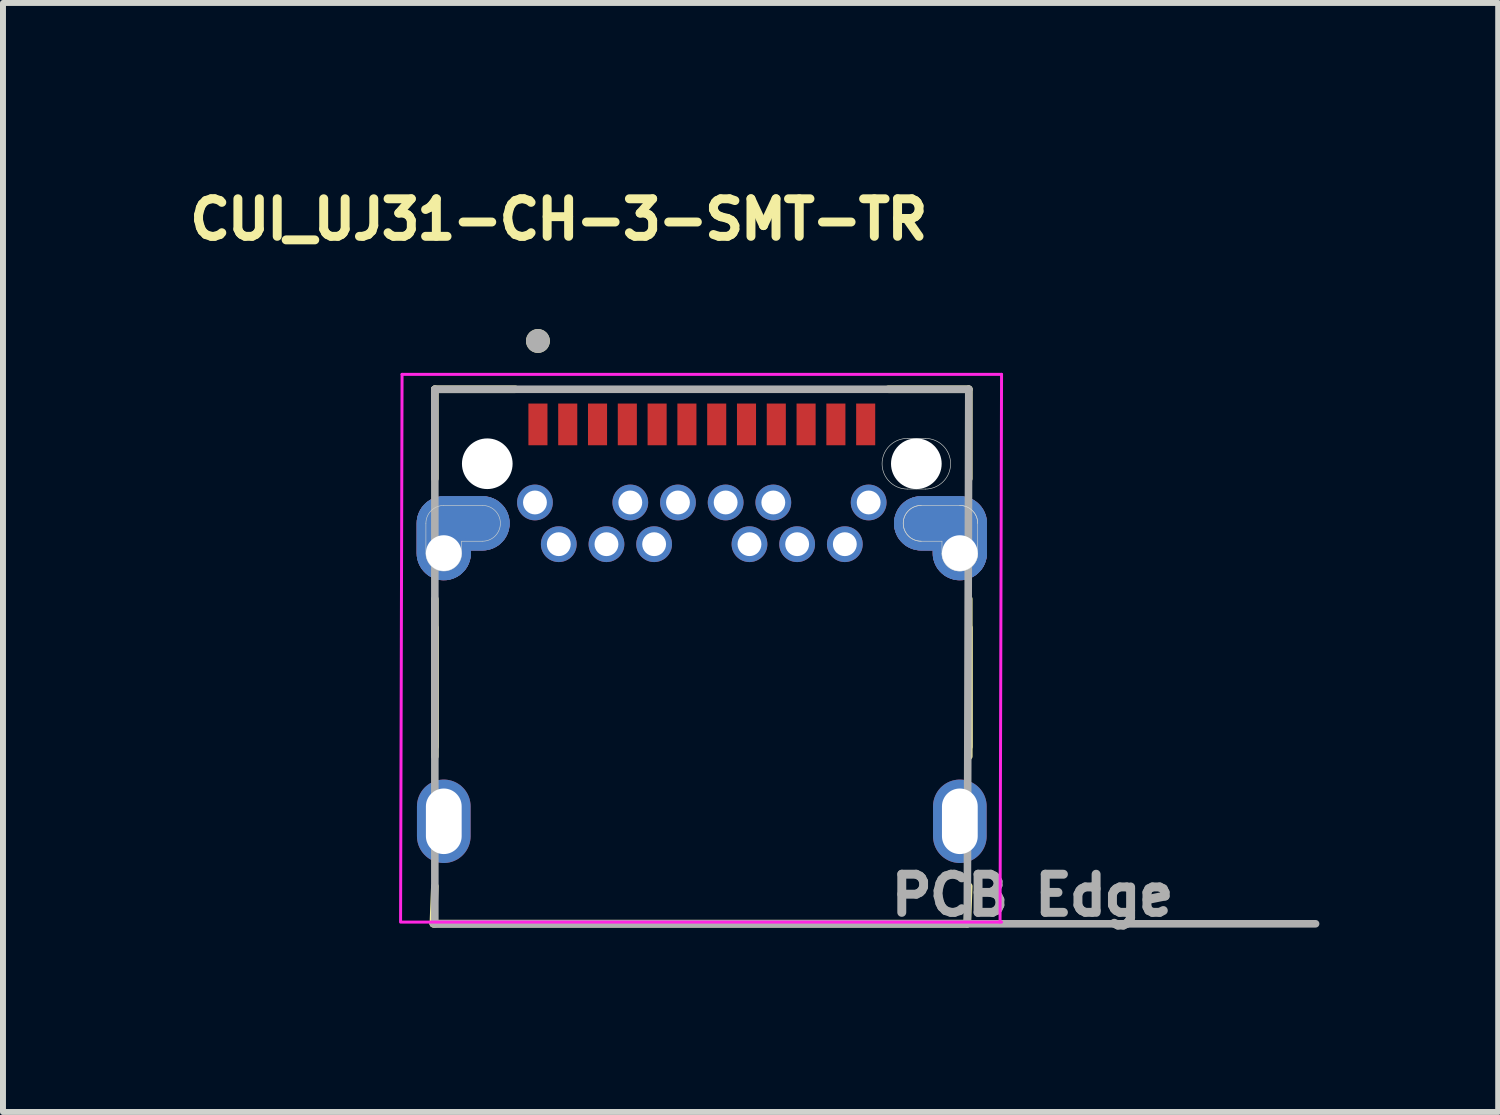
<source format=kicad_pcb>
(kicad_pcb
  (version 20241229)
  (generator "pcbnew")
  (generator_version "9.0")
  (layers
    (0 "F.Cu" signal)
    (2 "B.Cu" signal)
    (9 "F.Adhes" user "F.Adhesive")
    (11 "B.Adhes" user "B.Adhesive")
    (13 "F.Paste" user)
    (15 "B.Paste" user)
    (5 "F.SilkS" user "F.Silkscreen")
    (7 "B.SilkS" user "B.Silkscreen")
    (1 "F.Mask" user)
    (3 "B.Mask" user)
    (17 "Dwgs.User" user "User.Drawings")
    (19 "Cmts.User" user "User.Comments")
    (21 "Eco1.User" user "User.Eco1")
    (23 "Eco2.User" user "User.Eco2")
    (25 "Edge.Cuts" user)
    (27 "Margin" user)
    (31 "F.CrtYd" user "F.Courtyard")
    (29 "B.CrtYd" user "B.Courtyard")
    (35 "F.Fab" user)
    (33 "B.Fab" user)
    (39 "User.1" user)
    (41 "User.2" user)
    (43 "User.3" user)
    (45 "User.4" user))
  (footprint "CUI_UJ31-CH-3-SMT-TR"
    (layer "F.Cu")
    (at 8.727 8.157)
    (property "Reference" "CUI_UJ31-CH-3-SMT-TR" (at -2.4 -7.525 0) (layer "F.SilkS") (effects (font (size 0.63 0.63) (thickness 0.15))))
    (attr through_hole)
    (fp_poly (pts (xy -3.68 -2.875) (xy -3.633 -2.873) (xy -3.586 -2.865) (xy -3.541 -2.853) (xy -3.497 -2.836) (xy -3.455 -2.815) (xy -3.415 -2.789) (xy -3.379 -2.759) (xy -3.346 -2.726) (xy -3.316 -2.69) (xy -3.29 -2.65) (xy -3.269 -2.608) (xy -3.252 -2.564) (xy -3.24 -2.519) (xy -3.232 -2.472) (xy -3.23 -2.425) (xy -3.232 -2.378) (xy -3.24 -2.331) (xy -3.252 -2.286) (xy -3.269 -2.242) (xy -3.29 -2.2) (xy -3.316 -2.16) (xy -3.346 -2.124) (xy -3.379 -2.091) (xy -3.415 -2.061) (xy -3.455 -2.035) (xy -3.497 -2.014) (xy -3.541 -1.997) (xy -3.586 -1.985) (xy -3.633 -1.977) (xy -3.68 -1.975) (xy -3.88 -1.975) (xy -3.88 -1.925) (xy -3.882 -1.878) (xy -3.89 -1.831) (xy -3.902 -1.786) (xy -3.919 -1.742) (xy -3.94 -1.7) (xy -3.966 -1.66) (xy -3.996 -1.624) (xy -4.029 -1.591) (xy -4.065 -1.561) (xy -4.105 -1.535) (xy -4.147 -1.514) (xy -4.191 -1.497) (xy -4.236 -1.485) (xy -4.283 -1.477) (xy -4.33 -1.475) (xy -4.377 -1.477) (xy -4.424 -1.485) (xy -4.469 -1.497) (xy -4.513 -1.514) (xy -4.555 -1.535) (xy -4.595 -1.561) (xy -4.631 -1.591) (xy -4.664 -1.624) (xy -4.694 -1.66) (xy -4.72 -1.7) (xy -4.741 -1.742) (xy -4.758 -1.786) (xy -4.77 -1.831) (xy -4.778 -1.878) (xy -4.78 -1.925) (xy -4.78 -2.425) (xy -4.779 -2.449) (xy -4.778 -2.472) (xy -4.774 -2.495) (xy -4.77 -2.519) (xy -4.765 -2.541) (xy -4.758 -2.564) (xy -4.75 -2.586) (xy -4.741 -2.608) (xy -4.731 -2.629) (xy -4.72 -2.65) (xy -4.707 -2.67) (xy -4.694 -2.69) (xy -4.68 -2.708) (xy -4.664 -2.726) (xy -4.648 -2.743) (xy -4.631 -2.759) (xy -4.613 -2.775) (xy -4.595 -2.789) (xy -4.575 -2.802) (xy -4.555 -2.815) (xy -4.534 -2.826) (xy -4.513 -2.836) (xy -4.491 -2.845) (xy -4.469 -2.853) (xy -4.446 -2.86) (xy -4.424 -2.865) (xy -4.4 -2.869) (xy -4.377 -2.873) (xy -4.354 -2.874) (xy -4.33 -2.875) (xy -3.68 -2.875)) (stroke (width 0.01) (type solid)) (fill yes) (layer "F.Cu"))
    (fp_poly (pts (xy -3.68 -2.875) (xy -3.633 -2.873) (xy -3.586 -2.865) (xy -3.541 -2.853) (xy -3.497 -2.836) (xy -3.455 -2.815) (xy -3.415 -2.789) (xy -3.379 -2.759) (xy -3.346 -2.726) (xy -3.316 -2.69) (xy -3.29 -2.65) (xy -3.269 -2.608) (xy -3.252 -2.564) (xy -3.24 -2.519) (xy -3.232 -2.472) (xy -3.23 -2.425) (xy -3.232 -2.378) (xy -3.24 -2.331) (xy -3.252 -2.286) (xy -3.269 -2.242) (xy -3.29 -2.2) (xy -3.316 -2.16) (xy -3.346 -2.124) (xy -3.379 -2.091) (xy -3.415 -2.061) (xy -3.455 -2.035) (xy -3.497 -2.014) (xy -3.541 -1.997) (xy -3.586 -1.985) (xy -3.633 -1.977) (xy -3.68 -1.975) (xy -3.88 -1.975) (xy -3.88 -1.925) (xy -3.882 -1.878) (xy -3.89 -1.831) (xy -3.902 -1.786) (xy -3.919 -1.742) (xy -3.94 -1.7) (xy -3.966 -1.66) (xy -3.996 -1.624) (xy -4.029 -1.591) (xy -4.065 -1.561) (xy -4.105 -1.535) (xy -4.147 -1.514) (xy -4.191 -1.497) (xy -4.236 -1.485) (xy -4.283 -1.477) (xy -4.33 -1.475) (xy -4.377 -1.477) (xy -4.424 -1.485) (xy -4.469 -1.497) (xy -4.513 -1.514) (xy -4.555 -1.535) (xy -4.595 -1.561) (xy -4.631 -1.591) (xy -4.664 -1.624) (xy -4.694 -1.66) (xy -4.72 -1.7) (xy -4.741 -1.742) (xy -4.758 -1.786) (xy -4.77 -1.831) (xy -4.778 -1.878) (xy -4.78 -1.925) (xy -4.78 -2.425) (xy -4.779 -2.449) (xy -4.778 -2.472) (xy -4.774 -2.495) (xy -4.77 -2.519) (xy -4.765 -2.541) (xy -4.758 -2.564) (xy -4.75 -2.586) (xy -4.741 -2.608) (xy -4.731 -2.629) (xy -4.72 -2.65) (xy -4.707 -2.67) (xy -4.694 -2.69) (xy -4.68 -2.708) (xy -4.664 -2.726) (xy -4.648 -2.743) (xy -4.631 -2.759) (xy -4.613 -2.775) (xy -4.595 -2.789) (xy -4.575 -2.802) (xy -4.555 -2.815) (xy -4.534 -2.826) (xy -4.513 -2.836) (xy -4.491 -2.845) (xy -4.469 -2.853) (xy -4.446 -2.86) (xy -4.424 -2.865) (xy -4.4 -2.869) (xy -4.377 -2.873) (xy -4.354 -2.874) (xy -4.33 -2.875) (xy -3.68 -2.875)) (stroke (width 0.01) (type solid)) (fill yes) (layer "F.Cu"))
    (fp_poly (pts (xy 3.68 -2.875) (xy 3.633 -2.873) (xy 3.586 -2.865) (xy 3.541 -2.853) (xy 3.497 -2.836) (xy 3.455 -2.815) (xy 3.415 -2.789) (xy 3.379 -2.759) (xy 3.346 -2.726) (xy 3.316 -2.69) (xy 3.29 -2.65) (xy 3.269 -2.608) (xy 3.252 -2.564) (xy 3.24 -2.519) (xy 3.232 -2.472) (xy 3.23 -2.425) (xy 3.232 -2.378) (xy 3.24 -2.331) (xy 3.252 -2.286) (xy 3.269 -2.242) (xy 3.29 -2.2) (xy 3.316 -2.16) (xy 3.346 -2.124) (xy 3.379 -2.091) (xy 3.415 -2.061) (xy 3.455 -2.035) (xy 3.497 -2.014) (xy 3.541 -1.997) (xy 3.586 -1.985) (xy 3.633 -1.977) (xy 3.68 -1.975) (xy 3.88 -1.975) (xy 3.88 -1.925) (xy 3.882 -1.878) (xy 3.89 -1.831) (xy 3.902 -1.786) (xy 3.919 -1.742) (xy 3.94 -1.7) (xy 3.966 -1.66) (xy 3.996 -1.624) (xy 4.029 -1.591) (xy 4.065 -1.561) (xy 4.105 -1.535) (xy 4.147 -1.514) (xy 4.191 -1.497) (xy 4.236 -1.485) (xy 4.283 -1.477) (xy 4.33 -1.475) (xy 4.377 -1.477) (xy 4.424 -1.485) (xy 4.469 -1.497) (xy 4.513 -1.514) (xy 4.555 -1.535) (xy 4.595 -1.561) (xy 4.631 -1.591) (xy 4.664 -1.624) (xy 4.694 -1.66) (xy 4.72 -1.7) (xy 4.741 -1.742) (xy 4.758 -1.786) (xy 4.77 -1.831) (xy 4.778 -1.878) (xy 4.78 -1.925) (xy 4.78 -2.425) (xy 4.779 -2.449) (xy 4.778 -2.472) (xy 4.774 -2.495) (xy 4.77 -2.519) (xy 4.765 -2.541) (xy 4.758 -2.564) (xy 4.75 -2.586) (xy 4.741 -2.608) (xy 4.731 -2.629) (xy 4.72 -2.65) (xy 4.707 -2.67) (xy 4.694 -2.69) (xy 4.68 -2.708) (xy 4.664 -2.726) (xy 4.648 -2.743) (xy 4.631 -2.759) (xy 4.613 -2.775) (xy 4.595 -2.789) (xy 4.575 -2.802) (xy 4.555 -2.815) (xy 4.534 -2.826) (xy 4.513 -2.836) (xy 4.491 -2.845) (xy 4.469 -2.853) (xy 4.446 -2.86) (xy 4.424 -2.865) (xy 4.4 -2.869) (xy 4.377 -2.873) (xy 4.354 -2.874) (xy 4.33 -2.875) (xy 3.68 -2.875)) (stroke (width 0.01) (type solid)) (fill yes) (layer "F.Cu"))
    (fp_poly (pts (xy 3.68 -2.875) (xy 3.633 -2.873) (xy 3.586 -2.865) (xy 3.541 -2.853) (xy 3.497 -2.836) (xy 3.455 -2.815) (xy 3.415 -2.789) (xy 3.379 -2.759) (xy 3.346 -2.726) (xy 3.316 -2.69) (xy 3.29 -2.65) (xy 3.269 -2.608) (xy 3.252 -2.564) (xy 3.24 -2.519) (xy 3.232 -2.472) (xy 3.23 -2.425) (xy 3.232 -2.378) (xy 3.24 -2.331) (xy 3.252 -2.286) (xy 3.269 -2.242) (xy 3.29 -2.2) (xy 3.316 -2.16) (xy 3.346 -2.124) (xy 3.379 -2.091) (xy 3.415 -2.061) (xy 3.455 -2.035) (xy 3.497 -2.014) (xy 3.541 -1.997) (xy 3.586 -1.985) (xy 3.633 -1.977) (xy 3.68 -1.975) (xy 3.88 -1.975) (xy 3.88 -1.925) (xy 3.882 -1.878) (xy 3.89 -1.831) (xy 3.902 -1.786) (xy 3.919 -1.742) (xy 3.94 -1.7) (xy 3.966 -1.66) (xy 3.996 -1.624) (xy 4.029 -1.591) (xy 4.065 -1.561) (xy 4.105 -1.535) (xy 4.147 -1.514) (xy 4.191 -1.497) (xy 4.236 -1.485) (xy 4.283 -1.477) (xy 4.33 -1.475) (xy 4.377 -1.477) (xy 4.424 -1.485) (xy 4.469 -1.497) (xy 4.513 -1.514) (xy 4.555 -1.535) (xy 4.595 -1.561) (xy 4.631 -1.591) (xy 4.664 -1.624) (xy 4.694 -1.66) (xy 4.72 -1.7) (xy 4.741 -1.742) (xy 4.758 -1.786) (xy 4.77 -1.831) (xy 4.778 -1.878) (xy 4.78 -1.925) (xy 4.78 -2.425) (xy 4.779 -2.449) (xy 4.778 -2.472) (xy 4.774 -2.495) (xy 4.77 -2.519) (xy 4.765 -2.541) (xy 4.758 -2.564) (xy 4.75 -2.586) (xy 4.741 -2.608) (xy 4.731 -2.629) (xy 4.72 -2.65) (xy 4.707 -2.67) (xy 4.694 -2.69) (xy 4.68 -2.708) (xy 4.664 -2.726) (xy 4.648 -2.743) (xy 4.631 -2.759) (xy 4.613 -2.775) (xy 4.595 -2.789) (xy 4.575 -2.802) (xy 4.555 -2.815) (xy 4.534 -2.826) (xy 4.513 -2.836) (xy 4.491 -2.845) (xy 4.469 -2.853) (xy 4.446 -2.86) (xy 4.424 -2.865) (xy 4.4 -2.869) (xy 4.377 -2.873) (xy 4.354 -2.874) (xy 4.33 -2.875) (xy 3.68 -2.875)) (stroke (width 0.01) (type solid)) (fill yes) (layer "F.Cu"))
    (fp_poly (pts (xy -3.68 -2.975) (xy -3.623 -2.972) (xy -3.566 -2.963) (xy -3.51 -2.948) (xy -3.456 -2.927) (xy -3.405 -2.901) (xy -3.357 -2.87) (xy -3.312 -2.834) (xy -3.271 -2.793) (xy -3.235 -2.748) (xy -3.204 -2.7) (xy -3.178 -2.649) (xy -3.157 -2.595) (xy -3.142 -2.539) (xy -3.133 -2.482) (xy -3.13 -2.425) (xy -3.133 -2.368) (xy -3.142 -2.311) (xy -3.157 -2.255) (xy -3.178 -2.201) (xy -3.204 -2.15) (xy -3.235 -2.102) (xy -3.271 -2.057) (xy -3.312 -2.016) (xy -3.357 -1.98) (xy -3.405 -1.949) (xy -3.456 -1.923) (xy -3.51 -1.902) (xy -3.566 -1.887) (xy -3.623 -1.878) (xy -3.68 -1.875) (xy -3.78 -1.875) (xy -3.786 -1.814) (xy -3.798 -1.758) (xy -3.816 -1.703) (xy -3.839 -1.65) (xy -3.868 -1.6) (xy -3.902 -1.554) (xy -3.941 -1.511) (xy -3.984 -1.472) (xy -4.03 -1.438) (xy -4.08 -1.409) (xy -4.133 -1.386) (xy -4.188 -1.368) (xy -4.244 -1.356) (xy -4.301 -1.35) (xy -4.359 -1.35) (xy -4.416 -1.356) (xy -4.472 -1.368) (xy -4.527 -1.386) (xy -4.58 -1.409) (xy -4.63 -1.438) (xy -4.676 -1.472) (xy -4.719 -1.511) (xy -4.758 -1.554) (xy -4.792 -1.6) (xy -4.821 -1.65) (xy -4.844 -1.703) (xy -4.862 -1.758) (xy -4.874 -1.814) (xy -4.88 -1.871) (xy -4.88 -1.925) (xy -4.88 -2.425) (xy -4.879 -2.454) (xy -4.877 -2.482) (xy -4.873 -2.511) (xy -4.868 -2.539) (xy -4.861 -2.567) (xy -4.853 -2.595) (xy -4.843 -2.622) (xy -4.832 -2.649) (xy -4.82 -2.675) (xy -4.806 -2.7) (xy -4.791 -2.725) (xy -4.775 -2.748) (xy -4.757 -2.771) (xy -4.739 -2.793) (xy -4.719 -2.814) (xy -4.698 -2.834) (xy -4.676 -2.852) (xy -4.653 -2.87) (xy -4.63 -2.886) (xy -4.605 -2.901) (xy -4.58 -2.915) (xy -4.554 -2.927) (xy -4.527 -2.938) (xy -4.5 -2.948) (xy -4.472 -2.956) (xy -4.444 -2.963) (xy -4.416 -2.968) (xy -4.387 -2.972) (xy -4.359 -2.974) (xy -4.33 -2.975) (xy -3.68 -2.975)) (stroke (width 0.01) (type solid)) (fill yes) (layer "F.Mask"))
    (fp_poly (pts (xy 3.68 -2.975) (xy 3.623 -2.972) (xy 3.566 -2.963) (xy 3.51 -2.948) (xy 3.456 -2.927) (xy 3.405 -2.901) (xy 3.357 -2.87) (xy 3.312 -2.834) (xy 3.271 -2.793) (xy 3.235 -2.748) (xy 3.204 -2.7) (xy 3.178 -2.649) (xy 3.157 -2.595) (xy 3.142 -2.539) (xy 3.133 -2.482) (xy 3.13 -2.425) (xy 3.133 -2.368) (xy 3.142 -2.311) (xy 3.157 -2.255) (xy 3.178 -2.201) (xy 3.204 -2.15) (xy 3.235 -2.102) (xy 3.271 -2.057) (xy 3.312 -2.016) (xy 3.357 -1.98) (xy 3.405 -1.949) (xy 3.456 -1.923) (xy 3.51 -1.902) (xy 3.566 -1.887) (xy 3.623 -1.878) (xy 3.68 -1.875) (xy 3.78 -1.875) (xy 3.786 -1.814) (xy 3.798 -1.758) (xy 3.816 -1.703) (xy 3.839 -1.65) (xy 3.868 -1.6) (xy 3.902 -1.554) (xy 3.941 -1.511) (xy 3.984 -1.472) (xy 4.03 -1.438) (xy 4.08 -1.409) (xy 4.133 -1.386) (xy 4.188 -1.368) (xy 4.244 -1.356) (xy 4.301 -1.35) (xy 4.359 -1.35) (xy 4.416 -1.356) (xy 4.472 -1.368) (xy 4.527 -1.386) (xy 4.58 -1.409) (xy 4.63 -1.438) (xy 4.676 -1.472) (xy 4.719 -1.511) (xy 4.758 -1.554) (xy 4.792 -1.6) (xy 4.821 -1.65) (xy 4.844 -1.703) (xy 4.862 -1.758) (xy 4.874 -1.814) (xy 4.88 -1.871) (xy 4.88 -1.925) (xy 4.88 -2.425) (xy 4.879 -2.454) (xy 4.877 -2.482) (xy 4.873 -2.511) (xy 4.868 -2.539) (xy 4.861 -2.567) (xy 4.853 -2.595) (xy 4.843 -2.622) (xy 4.832 -2.649) (xy 4.82 -2.675) (xy 4.806 -2.7) (xy 4.791 -2.725) (xy 4.775 -2.748) (xy 4.757 -2.771) (xy 4.739 -2.793) (xy 4.719 -2.814) (xy 4.698 -2.834) (xy 4.676 -2.852) (xy 4.653 -2.87) (xy 4.63 -2.886) (xy 4.605 -2.901) (xy 4.58 -2.915) (xy 4.554 -2.927) (xy 4.527 -2.938) (xy 4.5 -2.948) (xy 4.472 -2.956) (xy 4.444 -2.963) (xy 4.416 -2.968) (xy 4.387 -2.972) (xy 4.359 -2.974) (xy 4.33 -2.975) (xy 3.68 -2.975)) (stroke (width 0.01) (type solid)) (fill yes) (layer "F.Mask"))
    (fp_poly (pts (xy -3.68 -2.875) (xy -3.633 -2.873) (xy -3.586 -2.865) (xy -3.541 -2.853) (xy -3.497 -2.836) (xy -3.455 -2.815) (xy -3.415 -2.789) (xy -3.379 -2.759) (xy -3.346 -2.726) (xy -3.316 -2.69) (xy -3.29 -2.65) (xy -3.269 -2.608) (xy -3.252 -2.564) (xy -3.24 -2.519) (xy -3.232 -2.472) (xy -3.23 -2.425) (xy -3.232 -2.378) (xy -3.24 -2.331) (xy -3.252 -2.286) (xy -3.269 -2.242) (xy -3.29 -2.2) (xy -3.316 -2.16) (xy -3.346 -2.124) (xy -3.379 -2.091) (xy -3.415 -2.061) (xy -3.455 -2.035) (xy -3.497 -2.014) (xy -3.541 -1.997) (xy -3.586 -1.985) (xy -3.633 -1.977) (xy -3.68 -1.975) (xy -3.88 -1.975) (xy -3.88 -1.925) (xy -3.882 -1.878) (xy -3.89 -1.831) (xy -3.902 -1.786) (xy -3.919 -1.742) (xy -3.94 -1.7) (xy -3.966 -1.66) (xy -3.996 -1.624) (xy -4.029 -1.591) (xy -4.065 -1.561) (xy -4.105 -1.535) (xy -4.147 -1.514) (xy -4.191 -1.497) (xy -4.236 -1.485) (xy -4.283 -1.477) (xy -4.33 -1.475) (xy -4.377 -1.477) (xy -4.424 -1.485) (xy -4.469 -1.497) (xy -4.513 -1.514) (xy -4.555 -1.535) (xy -4.595 -1.561) (xy -4.631 -1.591) (xy -4.664 -1.624) (xy -4.694 -1.66) (xy -4.72 -1.7) (xy -4.741 -1.742) (xy -4.758 -1.786) (xy -4.77 -1.831) (xy -4.778 -1.878) (xy -4.78 -1.925) (xy -4.78 -2.425) (xy -4.779 -2.449) (xy -4.778 -2.472) (xy -4.774 -2.495) (xy -4.77 -2.519) (xy -4.765 -2.541) (xy -4.758 -2.564) (xy -4.75 -2.586) (xy -4.741 -2.608) (xy -4.731 -2.629) (xy -4.72 -2.65) (xy -4.707 -2.67) (xy -4.694 -2.69) (xy -4.68 -2.708) (xy -4.664 -2.726) (xy -4.648 -2.743) (xy -4.631 -2.759) (xy -4.613 -2.775) (xy -4.595 -2.789) (xy -4.575 -2.802) (xy -4.555 -2.815) (xy -4.534 -2.826) (xy -4.513 -2.836) (xy -4.491 -2.845) (xy -4.469 -2.853) (xy -4.446 -2.86) (xy -4.424 -2.865) (xy -4.4 -2.869) (xy -4.377 -2.873) (xy -4.354 -2.874) (xy -4.33 -2.875) (xy -3.68 -2.875)) (stroke (width 0.01) (type solid)) (fill yes) (layer "B.Cu"))
    (fp_poly (pts (xy -3.68 -2.875) (xy -3.633 -2.873) (xy -3.586 -2.865) (xy -3.541 -2.853) (xy -3.497 -2.836) (xy -3.455 -2.815) (xy -3.415 -2.789) (xy -3.379 -2.759) (xy -3.346 -2.726) (xy -3.316 -2.69) (xy -3.29 -2.65) (xy -3.269 -2.608) (xy -3.252 -2.564) (xy -3.24 -2.519) (xy -3.232 -2.472) (xy -3.23 -2.425) (xy -3.232 -2.378) (xy -3.24 -2.331) (xy -3.252 -2.286) (xy -3.269 -2.242) (xy -3.29 -2.2) (xy -3.316 -2.16) (xy -3.346 -2.124) (xy -3.379 -2.091) (xy -3.415 -2.061) (xy -3.455 -2.035) (xy -3.497 -2.014) (xy -3.541 -1.997) (xy -3.586 -1.985) (xy -3.633 -1.977) (xy -3.68 -1.975) (xy -3.88 -1.975) (xy -3.88 -1.925) (xy -3.882 -1.878) (xy -3.89 -1.831) (xy -3.902 -1.786) (xy -3.919 -1.742) (xy -3.94 -1.7) (xy -3.966 -1.66) (xy -3.996 -1.624) (xy -4.029 -1.591) (xy -4.065 -1.561) (xy -4.105 -1.535) (xy -4.147 -1.514) (xy -4.191 -1.497) (xy -4.236 -1.485) (xy -4.283 -1.477) (xy -4.33 -1.475) (xy -4.377 -1.477) (xy -4.424 -1.485) (xy -4.469 -1.497) (xy -4.513 -1.514) (xy -4.555 -1.535) (xy -4.595 -1.561) (xy -4.631 -1.591) (xy -4.664 -1.624) (xy -4.694 -1.66) (xy -4.72 -1.7) (xy -4.741 -1.742) (xy -4.758 -1.786) (xy -4.77 -1.831) (xy -4.778 -1.878) (xy -4.78 -1.925) (xy -4.78 -2.425) (xy -4.779 -2.449) (xy -4.778 -2.472) (xy -4.774 -2.495) (xy -4.77 -2.519) (xy -4.765 -2.541) (xy -4.758 -2.564) (xy -4.75 -2.586) (xy -4.741 -2.608) (xy -4.731 -2.629) (xy -4.72 -2.65) (xy -4.707 -2.67) (xy -4.694 -2.69) (xy -4.68 -2.708) (xy -4.664 -2.726) (xy -4.648 -2.743) (xy -4.631 -2.759) (xy -4.613 -2.775) (xy -4.595 -2.789) (xy -4.575 -2.802) (xy -4.555 -2.815) (xy -4.534 -2.826) (xy -4.513 -2.836) (xy -4.491 -2.845) (xy -4.469 -2.853) (xy -4.446 -2.86) (xy -4.424 -2.865) (xy -4.4 -2.869) (xy -4.377 -2.873) (xy -4.354 -2.874) (xy -4.33 -2.875) (xy -3.68 -2.875)) (stroke (width 0.01) (type solid)) (fill yes) (layer "B.Cu"))
    (fp_poly (pts (xy 3.68 -2.875) (xy 3.633 -2.873) (xy 3.586 -2.865) (xy 3.541 -2.853) (xy 3.497 -2.836) (xy 3.455 -2.815) (xy 3.415 -2.789) (xy 3.379 -2.759) (xy 3.346 -2.726) (xy 3.316 -2.69) (xy 3.29 -2.65) (xy 3.269 -2.608) (xy 3.252 -2.564) (xy 3.24 -2.519) (xy 3.232 -2.472) (xy 3.23 -2.425) (xy 3.232 -2.378) (xy 3.24 -2.331) (xy 3.252 -2.286) (xy 3.269 -2.242) (xy 3.29 -2.2) (xy 3.316 -2.16) (xy 3.346 -2.124) (xy 3.379 -2.091) (xy 3.415 -2.061) (xy 3.455 -2.035) (xy 3.497 -2.014) (xy 3.541 -1.997) (xy 3.586 -1.985) (xy 3.633 -1.977) (xy 3.68 -1.975) (xy 3.88 -1.975) (xy 3.88 -1.925) (xy 3.882 -1.878) (xy 3.89 -1.831) (xy 3.902 -1.786) (xy 3.919 -1.742) (xy 3.94 -1.7) (xy 3.966 -1.66) (xy 3.996 -1.624) (xy 4.029 -1.591) (xy 4.065 -1.561) (xy 4.105 -1.535) (xy 4.147 -1.514) (xy 4.191 -1.497) (xy 4.236 -1.485) (xy 4.283 -1.477) (xy 4.33 -1.475) (xy 4.377 -1.477) (xy 4.424 -1.485) (xy 4.469 -1.497) (xy 4.513 -1.514) (xy 4.555 -1.535) (xy 4.595 -1.561) (xy 4.631 -1.591) (xy 4.664 -1.624) (xy 4.694 -1.66) (xy 4.72 -1.7) (xy 4.741 -1.742) (xy 4.758 -1.786) (xy 4.77 -1.831) (xy 4.778 -1.878) (xy 4.78 -1.925) (xy 4.78 -2.425) (xy 4.779 -2.449) (xy 4.778 -2.472) (xy 4.774 -2.495) (xy 4.77 -2.519) (xy 4.765 -2.541) (xy 4.758 -2.564) (xy 4.75 -2.586) (xy 4.741 -2.608) (xy 4.731 -2.629) (xy 4.72 -2.65) (xy 4.707 -2.67) (xy 4.694 -2.69) (xy 4.68 -2.708) (xy 4.664 -2.726) (xy 4.648 -2.743) (xy 4.631 -2.759) (xy 4.613 -2.775) (xy 4.595 -2.789) (xy 4.575 -2.802) (xy 4.555 -2.815) (xy 4.534 -2.826) (xy 4.513 -2.836) (xy 4.491 -2.845) (xy 4.469 -2.853) (xy 4.446 -2.86) (xy 4.424 -2.865) (xy 4.4 -2.869) (xy 4.377 -2.873) (xy 4.354 -2.874) (xy 4.33 -2.875) (xy 3.68 -2.875)) (stroke (width 0.01) (type solid)) (fill yes) (layer "B.Cu"))
    (fp_poly (pts (xy 3.68 -2.875) (xy 3.633 -2.873) (xy 3.586 -2.865) (xy 3.541 -2.853) (xy 3.497 -2.836) (xy 3.455 -2.815) (xy 3.415 -2.789) (xy 3.379 -2.759) (xy 3.346 -2.726) (xy 3.316 -2.69) (xy 3.29 -2.65) (xy 3.269 -2.608) (xy 3.252 -2.564) (xy 3.24 -2.519) (xy 3.232 -2.472) (xy 3.23 -2.425) (xy 3.232 -2.378) (xy 3.24 -2.331) (xy 3.252 -2.286) (xy 3.269 -2.242) (xy 3.29 -2.2) (xy 3.316 -2.16) (xy 3.346 -2.124) (xy 3.379 -2.091) (xy 3.415 -2.061) (xy 3.455 -2.035) (xy 3.497 -2.014) (xy 3.541 -1.997) (xy 3.586 -1.985) (xy 3.633 -1.977) (xy 3.68 -1.975) (xy 3.88 -1.975) (xy 3.88 -1.925) (xy 3.882 -1.878) (xy 3.89 -1.831) (xy 3.902 -1.786) (xy 3.919 -1.742) (xy 3.94 -1.7) (xy 3.966 -1.66) (xy 3.996 -1.624) (xy 4.029 -1.591) (xy 4.065 -1.561) (xy 4.105 -1.535) (xy 4.147 -1.514) (xy 4.191 -1.497) (xy 4.236 -1.485) (xy 4.283 -1.477) (xy 4.33 -1.475) (xy 4.377 -1.477) (xy 4.424 -1.485) (xy 4.469 -1.497) (xy 4.513 -1.514) (xy 4.555 -1.535) (xy 4.595 -1.561) (xy 4.631 -1.591) (xy 4.664 -1.624) (xy 4.694 -1.66) (xy 4.72 -1.7) (xy 4.741 -1.742) (xy 4.758 -1.786) (xy 4.77 -1.831) (xy 4.778 -1.878) (xy 4.78 -1.925) (xy 4.78 -2.425) (xy 4.779 -2.449) (xy 4.778 -2.472) (xy 4.774 -2.495) (xy 4.77 -2.519) (xy 4.765 -2.541) (xy 4.758 -2.564) (xy 4.75 -2.586) (xy 4.741 -2.608) (xy 4.731 -2.629) (xy 4.72 -2.65) (xy 4.707 -2.67) (xy 4.694 -2.69) (xy 4.68 -2.708) (xy 4.664 -2.726) (xy 4.648 -2.743) (xy 4.631 -2.759) (xy 4.613 -2.775) (xy 4.595 -2.789) (xy 4.575 -2.802) (xy 4.555 -2.815) (xy 4.534 -2.826) (xy 4.513 -2.836) (xy 4.491 -2.845) (xy 4.469 -2.853) (xy 4.446 -2.86) (xy 4.424 -2.865) (xy 4.4 -2.869) (xy 4.377 -2.873) (xy 4.354 -2.874) (xy 4.33 -2.875) (xy 3.68 -2.875)) (stroke (width 0.01) (type solid)) (fill yes) (layer "B.Cu"))
    (fp_poly (pts (xy -3.68 -2.975) (xy -3.623 -2.972) (xy -3.566 -2.963) (xy -3.51 -2.948) (xy -3.456 -2.927) (xy -3.405 -2.901) (xy -3.357 -2.87) (xy -3.312 -2.834) (xy -3.271 -2.793) (xy -3.235 -2.748) (xy -3.204 -2.7) (xy -3.178 -2.649) (xy -3.157 -2.595) (xy -3.142 -2.539) (xy -3.133 -2.482) (xy -3.13 -2.425) (xy -3.133 -2.368) (xy -3.142 -2.311) (xy -3.157 -2.255) (xy -3.178 -2.201) (xy -3.204 -2.15) (xy -3.235 -2.102) (xy -3.271 -2.057) (xy -3.312 -2.016) (xy -3.357 -1.98) (xy -3.405 -1.949) (xy -3.456 -1.923) (xy -3.51 -1.902) (xy -3.566 -1.887) (xy -3.623 -1.878) (xy -3.68 -1.875) (xy -3.78 -1.875) (xy -3.786 -1.814) (xy -3.798 -1.758) (xy -3.816 -1.703) (xy -3.839 -1.65) (xy -3.868 -1.6) (xy -3.902 -1.554) (xy -3.941 -1.511) (xy -3.984 -1.472) (xy -4.03 -1.438) (xy -4.08 -1.409) (xy -4.133 -1.386) (xy -4.188 -1.368) (xy -4.244 -1.356) (xy -4.301 -1.35) (xy -4.359 -1.35) (xy -4.416 -1.356) (xy -4.472 -1.368) (xy -4.527 -1.386) (xy -4.58 -1.409) (xy -4.63 -1.438) (xy -4.676 -1.472) (xy -4.719 -1.511) (xy -4.758 -1.554) (xy -4.792 -1.6) (xy -4.821 -1.65) (xy -4.844 -1.703) (xy -4.862 -1.758) (xy -4.874 -1.814) (xy -4.88 -1.871) (xy -4.88 -1.925) (xy -4.88 -2.425) (xy -4.879 -2.454) (xy -4.877 -2.482) (xy -4.873 -2.511) (xy -4.868 -2.539) (xy -4.861 -2.567) (xy -4.853 -2.595) (xy -4.843 -2.622) (xy -4.832 -2.649) (xy -4.82 -2.675) (xy -4.806 -2.7) (xy -4.791 -2.725) (xy -4.775 -2.748) (xy -4.757 -2.771) (xy -4.739 -2.793) (xy -4.719 -2.814) (xy -4.698 -2.834) (xy -4.676 -2.852) (xy -4.653 -2.87) (xy -4.63 -2.886) (xy -4.605 -2.901) (xy -4.58 -2.915) (xy -4.554 -2.927) (xy -4.527 -2.938) (xy -4.5 -2.948) (xy -4.472 -2.956) (xy -4.444 -2.963) (xy -4.416 -2.968) (xy -4.387 -2.972) (xy -4.359 -2.974) (xy -4.33 -2.975) (xy -3.68 -2.975)) (stroke (width 0.01) (type solid)) (fill yes) (layer "B.Mask"))
    (fp_poly (pts (xy 3.68 -2.975) (xy 3.623 -2.972) (xy 3.566 -2.963) (xy 3.51 -2.948) (xy 3.456 -2.927) (xy 3.405 -2.901) (xy 3.357 -2.87) (xy 3.312 -2.834) (xy 3.271 -2.793) (xy 3.235 -2.748) (xy 3.204 -2.7) (xy 3.178 -2.649) (xy 3.157 -2.595) (xy 3.142 -2.539) (xy 3.133 -2.482) (xy 3.13 -2.425) (xy 3.133 -2.368) (xy 3.142 -2.311) (xy 3.157 -2.255) (xy 3.178 -2.201) (xy 3.204 -2.15) (xy 3.235 -2.102) (xy 3.271 -2.057) (xy 3.312 -2.016) (xy 3.357 -1.98) (xy 3.405 -1.949) (xy 3.456 -1.923) (xy 3.51 -1.902) (xy 3.566 -1.887) (xy 3.623 -1.878) (xy 3.68 -1.875) (xy 3.78 -1.875) (xy 3.786 -1.814) (xy 3.798 -1.758) (xy 3.816 -1.703) (xy 3.839 -1.65) (xy 3.868 -1.6) (xy 3.902 -1.554) (xy 3.941 -1.511) (xy 3.984 -1.472) (xy 4.03 -1.438) (xy 4.08 -1.409) (xy 4.133 -1.386) (xy 4.188 -1.368) (xy 4.244 -1.356) (xy 4.301 -1.35) (xy 4.359 -1.35) (xy 4.416 -1.356) (xy 4.472 -1.368) (xy 4.527 -1.386) (xy 4.58 -1.409) (xy 4.63 -1.438) (xy 4.676 -1.472) (xy 4.719 -1.511) (xy 4.758 -1.554) (xy 4.792 -1.6) (xy 4.821 -1.65) (xy 4.844 -1.703) (xy 4.862 -1.758) (xy 4.874 -1.814) (xy 4.88 -1.871) (xy 4.88 -1.925) (xy 4.88 -2.425) (xy 4.879 -2.454) (xy 4.877 -2.482) (xy 4.873 -2.511) (xy 4.868 -2.539) (xy 4.861 -2.567) (xy 4.853 -2.595) (xy 4.843 -2.622) (xy 4.832 -2.649) (xy 4.82 -2.675) (xy 4.806 -2.7) (xy 4.791 -2.725) (xy 4.775 -2.748) (xy 4.757 -2.771) (xy 4.739 -2.793) (xy 4.719 -2.814) (xy 4.698 -2.834) (xy 4.676 -2.852) (xy 4.653 -2.87) (xy 4.63 -2.886) (xy 4.605 -2.901) (xy 4.58 -2.915) (xy 4.554 -2.927) (xy 4.527 -2.938) (xy 4.5 -2.948) (xy 4.472 -2.956) (xy 4.444 -2.963) (xy 4.416 -2.968) (xy 4.387 -2.972) (xy 4.359 -2.974) (xy 4.33 -2.975) (xy 3.68 -2.975)) (stroke (width 0.01) (type solid)) (fill yes) (layer "B.Mask"))
    (fp_line (start -4.48 -4.675) (end -4.48 -3.175) (stroke (width 0.127) (type solid)) (layer "F.SilkS"))
    (fp_line (start -4.48 -4.675) (end -3.13 -4.675) (stroke (width 0.127) (type solid)) (layer "F.SilkS"))
    (fp_line (start -4.48 -1.155) (end -4.48 1.485) (stroke (width 0.127) (type solid)) (layer "F.SilkS"))
    (fp_line (start -4.48 -0.675) (end -4.48 1.325) (stroke (width 0.127) (type solid)) (layer "F.SilkS"))
    (fp_line (start -4.48 3.665) (end -4.505 4.293) (stroke (width 0.127) (type solid)) (layer "F.SilkS"))
    (fp_line (start 3.13 -4.675) (end 4.48 -4.675) (stroke (width 0.127) (type solid)) (layer "F.SilkS"))
    (fp_line (start 4.455 4.293) (end -4.505 4.293) (stroke (width 0.127) (type solid)) (layer "F.SilkS"))
    (fp_line (start 4.455 4.293) (end 4.48 3.665) (stroke (width 0.127) (type solid)) (layer "F.SilkS"))
    (fp_line (start 4.48 -4.675) (end 4.48 -3.175) (stroke (width 0.127) (type solid)) (layer "F.SilkS"))
    (fp_line (start 4.48 -1.155) (end 4.48 1.485) (stroke (width 0.127) (type solid)) (layer "F.SilkS"))
    (fp_line (start 4.48 1.325) (end 4.48 -0.675) (stroke (width 0.127) (type solid)) (layer "F.SilkS"))
    (fp_circle (center -2.75 -5.485) (end -2.65 -5.485) (stroke (width 0.2) (type solid)) (fill no) (layer "F.SilkS"))
    (fp_line (start -4.63 -1.925) (end -4.63 -2.425) (stroke (width 0.01) (type solid)) (layer "Edge.Cuts"))
    (fp_line (start -4.33 -2.725) (end -3.68 -2.725) (stroke (width 0.01) (type solid)) (layer "Edge.Cuts"))
    (fp_line (start -4.03 -2.125) (end -4.03 -1.925) (stroke (width 0.01) (type solid)) (layer "Edge.Cuts"))
    (fp_line (start -3.68 -2.125) (end -4.03 -2.125) (stroke (width 0.01) (type solid)) (layer "Edge.Cuts"))
    (fp_line (start 3.45 -3.85) (end 3.75 -3.85) (stroke (width 0.01) (type solid)) (layer "Edge.Cuts"))
    (fp_line (start 3.45 -3) (end 3.75 -3) (stroke (width 0.01) (type solid)) (layer "Edge.Cuts"))
    (fp_line (start 3.68 -2.725) (end 4.33 -2.725) (stroke (width 0.01) (type solid)) (layer "Edge.Cuts"))
    (fp_line (start 4.03 -2.125) (end 3.68 -2.125) (stroke (width 0.01) (type solid)) (layer "Edge.Cuts"))
    (fp_line (start 4.03 -2.125) (end 4.03 -1.925) (stroke (width 0.01) (type solid)) (layer "Edge.Cuts"))
    (fp_line (start 4.63 -1.925) (end 4.63 -2.425) (stroke (width 0.01) (type solid)) (layer "Edge.Cuts"))
    (fp_arc (start -4.63 -2.425) (mid -4.542132 -2.637132) (end -4.33 -2.725) (stroke (width 0.01) (type solid)) (layer "Edge.Cuts"))
    (fp_arc (start -4.03 -1.925) (mid -4.33 -1.625) (end -4.63 -1.925) (stroke (width 0.01) (type solid)) (layer "Edge.Cuts"))
    (fp_arc (start -3.68 -2.725) (mid -3.38 -2.425) (end -3.68 -2.125) (stroke (width 0.01) (type solid)) (layer "Edge.Cuts"))
    (fp_arc (start 3.45 -3) (mid 3.025 -3.425) (end 3.45 -3.85) (stroke (width 0.01) (type solid)) (layer "Edge.Cuts"))
    (fp_arc (start 3.68 -2.125) (mid 3.38 -2.425) (end 3.68 -2.725) (stroke (width 0.01) (type solid)) (layer "Edge.Cuts"))
    (fp_arc (start 3.68 -2.125) (mid 3.38 -2.425) (end 3.68 -2.725) (stroke (width 0.01) (type solid)) (layer "Edge.Cuts"))
    (fp_arc (start 3.75 -3.85) (mid 4.175 -3.425) (end 3.75 -3) (stroke (width 0.01) (type solid)) (layer "Edge.Cuts"))
    (fp_arc (start 4.33 -2.725) (mid 4.542132 -2.637132) (end 4.63 -2.425) (stroke (width 0.01) (type solid)) (layer "Edge.Cuts"))
    (fp_arc (start 4.33 -2.725) (mid 4.542132 -2.637132) (end 4.63 -2.425) (stroke (width 0.01) (type solid)) (layer "Edge.Cuts"))
    (fp_arc (start 4.63 -1.925) (mid 4.33 -1.625) (end 4.03 -1.925) (stroke (width 0.01) (type solid)) (layer "Edge.Cuts"))
    (fp_arc (start 4.63 -1.925) (mid 4.33 -1.625) (end 4.03 -1.925) (stroke (width 0.01) (type solid)) (layer "Edge.Cuts"))
    (fp_line (start -5.03 -4.925) (end -5.055 4.267) (stroke (width 0.05) (type solid)) (layer "F.CrtYd"))
    (fp_line (start -5.03 4.267) (end 5.03 4.267) (stroke (width 0.05) (type solid)) (layer "F.CrtYd"))
    (fp_line (start 5.005 4.267) (end 5.03 -4.925) (stroke (width 0.05) (type solid)) (layer "F.CrtYd"))
    (fp_line (start 5.03 -4.925) (end -5.03 -4.925) (stroke (width 0.05) (type solid)) (layer "F.CrtYd"))
    (fp_line (start -4.48 -4.675) (end 4.48 -4.675) (stroke (width 0.127) (type solid)) (layer "F.Fab"))
    (fp_line (start -4.48 4.295) (end -4.48 -4.675) (stroke (width 0.127) (type solid)) (layer "F.Fab"))
    (fp_line (start -4.48 4.295) (end -4.48 4.295) (stroke (width 0.127) (type solid)) (layer "F.Fab"))
    (fp_line (start -4.48 4.295) (end 10.3 4.295) (stroke (width 0.127) (type solid)) (layer "F.Fab"))
    (fp_line (start 4.455 4.293) (end -4.505 4.293) (stroke (width 0.127) (type solid)) (layer "F.Fab"))
    (fp_line (start 4.48 -4.675) (end 4.455 4.293) (stroke (width 0.127) (type solid)) (layer "F.Fab"))
    (fp_circle (center -2.75 -5.485) (end -2.65 -5.485) (stroke (width 0.2) (type solid)) (fill no) (layer "F.Fab"))
    (fp_text user "PCB Edge" (at 5.55 3.815 0) (layer "F.Fab") (effects (font (size 0.64 0.64) (thickness 0.15))))
    (pad "" np_thru_hole circle (at -3.6 -3.425) (size 0.85 0.85) (drill 0.85) (layers "*.Cu" "*.Mask"))
    (pad "" np_thru_hole circle (at 3.6 -3.425) (size 0.85 0.85) (drill 0.85) (layers "*.Cu" "*.Mask"))
    (pad "A1" smd rect (at -2.75 -4.085) (size 0.32 0.7) (layers "F.Cu" "F.Mask" "F.Paste"))
    (pad "A2" smd rect (at -2.25 -4.085) (size 0.32 0.7) (layers "F.Cu" "F.Mask" "F.Paste"))
    (pad "A3" smd rect (at -1.75 -4.085) (size 0.32 0.7) (layers "F.Cu" "F.Mask" "F.Paste"))
    (pad "A4" smd rect (at -1.25 -4.085) (size 0.32 0.7) (layers "F.Cu" "F.Mask" "F.Paste"))
    (pad "A5" smd rect (at -0.75 -4.085) (size 0.32 0.7) (layers "F.Cu" "F.Mask" "F.Paste"))
    (pad "A6" smd rect (at -0.25 -4.085) (size 0.32 0.7) (layers "F.Cu" "F.Mask" "F.Paste"))
    (pad "A7" smd rect (at 0.25 -4.085) (size 0.32 0.7) (layers "F.Cu" "F.Mask" "F.Paste"))
    (pad "A8" smd rect (at 0.75 -4.085) (size 0.32 0.7) (layers "F.Cu" "F.Mask" "F.Paste"))
    (pad "A9" smd rect (at 1.25 -4.085) (size 0.32 0.7) (layers "F.Cu" "F.Mask" "F.Paste"))
    (pad "A10" smd rect (at 1.75 -4.085) (size 0.32 0.7) (layers "F.Cu" "F.Mask" "F.Paste"))
    (pad "A11" smd rect (at 2.25 -4.085) (size 0.32 0.7) (layers "F.Cu" "F.Mask" "F.Paste"))
    (pad "A12" smd rect (at 2.75 -4.085) (size 0.32 0.7) (layers "F.Cu" "F.Mask" "F.Paste"))
    (pad "B1" thru_hole circle (at 2.8 -2.775) (size 0.6 0.6) (drill 0.4) (layers "*.Cu" "*.Mask"))
    (pad "B2" thru_hole circle (at 2.4 -2.075) (size 0.6 0.6) (drill 0.4) (layers "*.Cu" "*.Mask"))
    (pad "B3" thru_hole circle (at 1.6 -2.075) (size 0.6 0.6) (drill 0.4) (layers "*.Cu" "*.Mask"))
    (pad "B4" thru_hole circle (at 1.2 -2.775) (size 0.6 0.6) (drill 0.4) (layers "*.Cu" "*.Mask"))
    (pad "B5" thru_hole circle (at 0.8 -2.075) (size 0.6 0.6) (drill 0.4) (layers "*.Cu" "*.Mask"))
    (pad "B6" thru_hole circle (at 0.4 -2.775) (size 0.6 0.6) (drill 0.4) (layers "*.Cu" "*.Mask"))
    (pad "B7" thru_hole circle (at -0.4 -2.775) (size 0.6 0.6) (drill 0.4) (layers "*.Cu" "*.Mask"))
    (pad "B8" thru_hole circle (at -0.8 -2.075) (size 0.6 0.6) (drill 0.4) (layers "*.Cu" "*.Mask"))
    (pad "B9" thru_hole circle (at -1.2 -2.775) (size 0.6 0.6) (drill 0.4) (layers "*.Cu" "*.Mask"))
    (pad "B10" thru_hole circle (at -1.6 -2.075) (size 0.6 0.6) (drill 0.4) (layers "*.Cu" "*.Mask"))
    (pad "B11" thru_hole circle (at -2.4 -2.075) (size 0.6 0.6) (drill 0.4) (layers "*.Cu" "*.Mask"))
    (pad "B12" thru_hole circle (at -2.8 -2.775) (size 0.6 0.6) (drill 0.4) (layers "*.Cu" "*.Mask"))
    (pad "S1" thru_hole circle (at -4.33 -1.925) (size 0.9 0.9) (drill 0.6) (layers "*.Cu"))
    (pad "S1" thru_hole oval (at -4.33 2.575) (size 0.9 1.4) (drill oval 0.6 1.1) (layers "*.Cu" "*.Mask"))
    (pad "S1" thru_hole circle (at 4.33 -1.925) (size 0.9 0.9) (drill 0.6) (layers "*.Cu"))
    (pad "S1" thru_hole oval (at 4.33 2.575) (size 0.9 1.4) (drill oval 0.6 1.1) (layers "*.Cu" "*.Mask")))
  (gr_rect
    (start -3 -3)
    (end 22.091 15.61)
    (stroke (width 0.1) (type default))
    (fill no)
    (layer "Edge.Cuts")))
</source>
